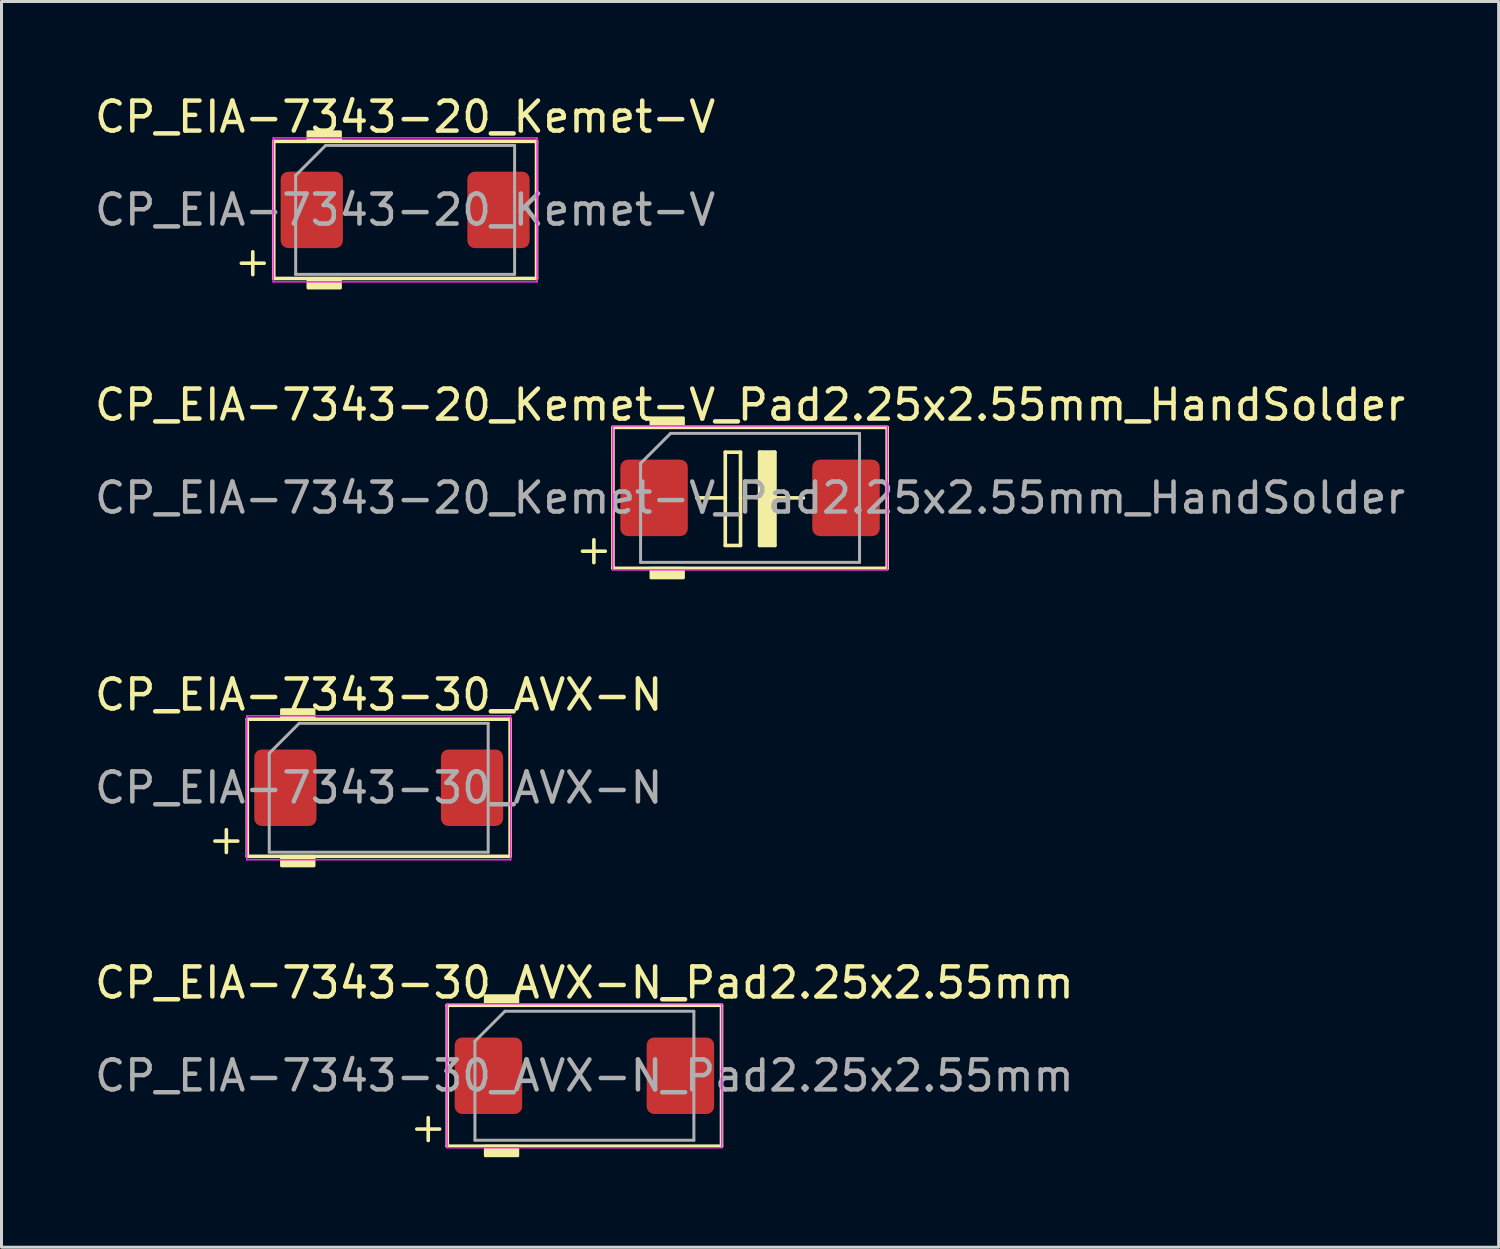
<source format=kicad_pcb>
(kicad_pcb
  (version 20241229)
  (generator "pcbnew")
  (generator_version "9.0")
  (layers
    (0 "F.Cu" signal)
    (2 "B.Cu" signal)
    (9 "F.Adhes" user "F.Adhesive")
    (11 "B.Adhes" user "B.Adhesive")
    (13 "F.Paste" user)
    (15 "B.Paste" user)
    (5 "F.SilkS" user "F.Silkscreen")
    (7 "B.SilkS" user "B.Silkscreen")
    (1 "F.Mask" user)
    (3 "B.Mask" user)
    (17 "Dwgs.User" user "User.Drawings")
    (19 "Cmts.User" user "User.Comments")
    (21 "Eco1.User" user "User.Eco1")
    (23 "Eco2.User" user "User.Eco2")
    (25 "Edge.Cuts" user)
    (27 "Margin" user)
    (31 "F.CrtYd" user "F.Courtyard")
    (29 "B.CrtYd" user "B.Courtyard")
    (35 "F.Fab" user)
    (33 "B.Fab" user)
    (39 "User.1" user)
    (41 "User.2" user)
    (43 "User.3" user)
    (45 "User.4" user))
  (footprint "CP_EIA-7343-30_AVX-N"
    (layer "F.Cu")
    (at 9.577 23.215)
    (property "Reference" "CP_EIA-7343-30_AVX-N" (at 0 -3.1 0) (layer "F.SilkS") (effects (font (size 1 1) (thickness 0.15))))
    (attr smd)
    (fp_line (start -5.461 1.778) (end -4.699 1.778) (stroke (width 0.12) (type solid)) (layer "F.SilkS"))
    (fp_line (start -5.08 1.397) (end -5.08 2.159) (stroke (width 0.12) (type solid)) (layer "F.SilkS"))
    (fp_line (start -4.381 -2.286) (end -4.381 2.286) (stroke (width 0.12) (type solid)) (layer "F.SilkS"))
    (fp_line (start -4.381 2.286) (end 4.381 2.286) (stroke (width 0.12) (type solid)) (layer "F.SilkS"))
    (fp_line (start 4.381 -2.286) (end -4.381 -2.286) (stroke (width 0.12) (type solid)) (layer "F.SilkS"))
    (fp_line (start 4.381 2.286) (end 4.381 -2.286) (stroke (width 0.12) (type solid)) (layer "F.SilkS"))
    (fp_poly (pts (xy -2.159 -2.286) (xy -3.239 -2.286) (xy -3.239 -2.603) (xy -2.159 -2.603)) (stroke (width 0.1) (type solid)) (fill yes) (layer "F.SilkS"))
    (fp_poly (pts (xy -2.159 2.603) (xy -3.239 2.603) (xy -3.239 2.286) (xy -2.159 2.286)) (stroke (width 0.1) (type solid)) (fill yes) (layer "F.SilkS"))
    (fp_line (start -4.4 -2.4) (end 4.4 -2.4) (stroke (width 0.05) (type solid)) (layer "F.CrtYd"))
    (fp_line (start -4.4 2.4) (end -4.4 -2.4) (stroke (width 0.05) (type solid)) (layer "F.CrtYd"))
    (fp_line (start 4.4 -2.4) (end 4.4 2.4) (stroke (width 0.05) (type solid)) (layer "F.CrtYd"))
    (fp_line (start 4.4 2.4) (end -4.4 2.4) (stroke (width 0.05) (type solid)) (layer "F.CrtYd"))
    (fp_line (start -3.65 -1.15) (end -3.65 2.15) (stroke (width 0.1) (type solid)) (layer "F.Fab"))
    (fp_line (start -3.65 2.15) (end 3.65 2.15) (stroke (width 0.1) (type solid)) (layer "F.Fab"))
    (fp_line (start -2.65 -2.15) (end -3.65 -1.15) (stroke (width 0.1) (type solid)) (layer "F.Fab"))
    (fp_line (start 3.65 -2.15) (end -2.65 -2.15) (stroke (width 0.1) (type solid)) (layer "F.Fab"))
    (fp_line (start 3.65 2.15) (end 3.65 -2.15) (stroke (width 0.1) (type solid)) (layer "F.Fab"))
    (fp_text user "${REFERENCE}" (at 0 0 0) (layer "F.Fab") (effects (font (size 1 1) (thickness 0.15))))
    (pad "1" smd roundrect (at -3.112 0) (size 2.075 2.55) (layers "F.Cu" "F.Mask" "F.Paste") (roundrect_rratio 0.12))
    (pad "2" smd roundrect (at 3.112 0) (size 2.075 2.55) (layers "F.Cu" "F.Mask" "F.Paste") (roundrect_rratio 0.12)))
  (footprint "CP_EIA-7343-20_Kemet-V_Pad2.25x2.55mm_HandSolder"
    (layer "F.Cu")
    (at 21.958 13.55)
    (property "Reference" "CP_EIA-7343-20_Kemet-V_Pad2.25x2.55mm_HandSolder" (at 0 -3.1 0) (layer "F.SilkS") (effects (font (size 1 1) (thickness 0.15))))
    (attr smd)
    (fp_line (start -5.588 1.778) (end -4.826 1.778) (stroke (width 0.12) (type solid)) (layer "F.SilkS"))
    (fp_line (start -5.207 1.397) (end -5.207 2.159) (stroke (width 0.12) (type solid)) (layer "F.SilkS"))
    (fp_line (start -4.572 -2.349) (end -4.572 2.349) (stroke (width 0.12) (type solid)) (layer "F.SilkS"))
    (fp_line (start -4.572 2.349) (end 4.572 2.349) (stroke (width 0.12) (type solid)) (layer "F.SilkS"))
    (fp_line (start -1.778 0) (end -0.826 0) (stroke (width 0.12) (type solid)) (layer "F.SilkS"))
    (fp_line (start -0.826 -1.524) (end -0.826 0) (stroke (width 0.12) (type solid)) (layer "F.SilkS"))
    (fp_line (start -0.826 1.587) (end -0.826 0) (stroke (width 0.12) (type solid)) (layer "F.SilkS"))
    (fp_line (start -0.826 1.587) (end -0.318 1.587) (stroke (width 0.12) (type solid)) (layer "F.SilkS"))
    (fp_line (start -0.318 -1.524) (end -0.826 -1.524) (stroke (width 0.12) (type solid)) (layer "F.SilkS"))
    (fp_line (start -0.318 -1.524) (end -0.318 0) (stroke (width 0.12) (type solid)) (layer "F.SilkS"))
    (fp_line (start -0.318 1.587) (end -0.318 0) (stroke (width 0.12) (type solid)) (layer "F.SilkS"))
    (fp_line (start 0.318 -1.524) (end 0.318 0) (stroke (width 0.12) (type solid)) (layer "F.SilkS"))
    (fp_line (start 0.318 1.587) (end 0.318 0) (stroke (width 0.12) (type solid)) (layer "F.SilkS"))
    (fp_line (start 0.318 1.587) (end 0.826 1.587) (stroke (width 0.12) (type solid)) (layer "F.SilkS"))
    (fp_line (start 0.826 -1.524) (end 0.318 -1.524) (stroke (width 0.12) (type solid)) (layer "F.SilkS"))
    (fp_line (start 0.826 -1.524) (end 0.826 0) (stroke (width 0.12) (type solid)) (layer "F.SilkS"))
    (fp_line (start 0.826 0) (end 1.778 0) (stroke (width 0.12) (type solid)) (layer "F.SilkS"))
    (fp_line (start 0.826 1.587) (end 0.826 0) (stroke (width 0.12) (type solid)) (layer "F.SilkS"))
    (fp_line (start 4.572 -2.349) (end -4.572 -2.349) (stroke (width 0.12) (type solid)) (layer "F.SilkS"))
    (fp_line (start 4.572 2.349) (end 4.572 -2.349) (stroke (width 0.12) (type solid)) (layer "F.SilkS"))
    (fp_poly (pts (xy -2.223 -2.349) (xy -3.302 -2.349) (xy -3.302 -2.667) (xy -2.223 -2.667)) (stroke (width 0.1) (type solid)) (fill yes) (layer "F.SilkS"))
    (fp_poly (pts (xy -2.223 2.667) (xy -3.302 2.667) (xy -3.302 2.349) (xy -2.223 2.349)) (stroke (width 0.1) (type solid)) (fill yes) (layer "F.SilkS"))
    (fp_poly (pts (xy 0.826 1.587) (xy 0.318 1.587) (xy 0.318 -1.524) (xy 0.826 -1.524)) (stroke (width 0.1) (type solid)) (fill yes) (layer "F.SilkS"))
    (fp_line (start -4.58 -2.4) (end 4.58 -2.4) (stroke (width 0.05) (type solid)) (layer "F.CrtYd"))
    (fp_line (start -4.58 2.4) (end -4.58 -2.4) (stroke (width 0.05) (type solid)) (layer "F.CrtYd"))
    (fp_line (start 4.58 -2.4) (end 4.58 2.4) (stroke (width 0.05) (type solid)) (layer "F.CrtYd"))
    (fp_line (start 4.58 2.4) (end -4.58 2.4) (stroke (width 0.05) (type solid)) (layer "F.CrtYd"))
    (fp_line (start -3.65 -1.15) (end -3.65 2.15) (stroke (width 0.1) (type solid)) (layer "F.Fab"))
    (fp_line (start -3.65 2.15) (end 3.65 2.15) (stroke (width 0.1) (type solid)) (layer "F.Fab"))
    (fp_line (start -2.65 -2.15) (end -3.65 -1.15) (stroke (width 0.1) (type solid)) (layer "F.Fab"))
    (fp_line (start 3.65 -2.15) (end -2.65 -2.15) (stroke (width 0.1) (type solid)) (layer "F.Fab"))
    (fp_line (start 3.65 2.15) (end 3.65 -2.15) (stroke (width 0.1) (type solid)) (layer "F.Fab"))
    (fp_text user "${REFERENCE}" (at 0 0 0) (layer "F.Fab") (effects (font (size 1 1) (thickness 0.15))))
    (pad "1" smd roundrect (at -3.2 0) (size 2.25 2.55) (layers "F.Cu" "F.Mask" "F.Paste") (roundrect_rratio 0.111))
    (pad "2" smd roundrect (at 3.2 0) (size 2.25 2.55) (layers "F.Cu" "F.Mask" "F.Paste") (roundrect_rratio 0.111)))
  (footprint "CP_EIA-7343-20_Kemet-V"
    (layer "F.Cu")
    (at 10.458 3.948)
    (property "Reference" "CP_EIA-7343-20_Kemet-V" (at 0 -3.1 0) (layer "F.SilkS") (effects (font (size 1 1) (thickness 0.15))))
    (attr smd)
    (fp_line (start -5.461 1.778) (end -4.699 1.778) (stroke (width 0.12) (type solid)) (layer "F.SilkS"))
    (fp_line (start -5.08 1.397) (end -5.08 2.159) (stroke (width 0.12) (type solid)) (layer "F.SilkS"))
    (fp_line (start -4.381 -2.286) (end -4.381 2.286) (stroke (width 0.12) (type solid)) (layer "F.SilkS"))
    (fp_line (start -4.381 2.286) (end 4.381 2.286) (stroke (width 0.12) (type solid)) (layer "F.SilkS"))
    (fp_line (start 4.381 -2.286) (end -4.381 -2.286) (stroke (width 0.12) (type solid)) (layer "F.SilkS"))
    (fp_line (start 4.381 2.286) (end 4.381 -2.286) (stroke (width 0.12) (type solid)) (layer "F.SilkS"))
    (fp_poly (pts (xy -2.159 -2.286) (xy -3.239 -2.286) (xy -3.239 -2.603) (xy -2.159 -2.603)) (stroke (width 0.1) (type solid)) (fill yes) (layer "F.SilkS"))
    (fp_poly (pts (xy -2.159 2.603) (xy -3.239 2.603) (xy -3.239 2.286) (xy -2.159 2.286)) (stroke (width 0.1) (type solid)) (fill yes) (layer "F.SilkS"))
    (fp_line (start -4.4 -2.4) (end 4.4 -2.4) (stroke (width 0.05) (type solid)) (layer "F.CrtYd"))
    (fp_line (start -4.4 2.4) (end -4.4 -2.4) (stroke (width 0.05) (type solid)) (layer "F.CrtYd"))
    (fp_line (start 4.4 -2.4) (end 4.4 2.4) (stroke (width 0.05) (type solid)) (layer "F.CrtYd"))
    (fp_line (start 4.4 2.4) (end -4.4 2.4) (stroke (width 0.05) (type solid)) (layer "F.CrtYd"))
    (fp_line (start -3.65 -1.15) (end -3.65 2.15) (stroke (width 0.1) (type solid)) (layer "F.Fab"))
    (fp_line (start -3.65 2.15) (end 3.65 2.15) (stroke (width 0.1) (type solid)) (layer "F.Fab"))
    (fp_line (start -2.65 -2.15) (end -3.65 -1.15) (stroke (width 0.1) (type solid)) (layer "F.Fab"))
    (fp_line (start 3.65 -2.15) (end -2.65 -2.15) (stroke (width 0.1) (type solid)) (layer "F.Fab"))
    (fp_line (start 3.65 2.15) (end 3.65 -2.15) (stroke (width 0.1) (type solid)) (layer "F.Fab"))
    (fp_text user "${REFERENCE}" (at 0 0 0) (layer "F.Fab") (effects (font (size 1 1) (thickness 0.15))))
    (pad "1" smd roundrect (at -3.112 0) (size 2.075 2.55) (layers "F.Cu" "F.Mask" "F.Paste") (roundrect_rratio 0.12))
    (pad "2" smd roundrect (at 3.112 0) (size 2.075 2.55) (layers "F.Cu" "F.Mask" "F.Paste") (roundrect_rratio 0.12)))
  (footprint "CP_EIA-7343-30_AVX-N_Pad2.25x2.55mm"
    (layer "F.Cu")
    (at 16.435 32.817)
    (property "Reference" "CP_EIA-7343-30_AVX-N_Pad2.25x2.55mm" (at 0 -3.1 0) (layer "F.SilkS") (effects (font (size 1 1) (thickness 0.15))))
    (attr smd)
    (fp_line (start -5.588 1.778) (end -4.826 1.778) (stroke (width 0.12) (type solid)) (layer "F.SilkS"))
    (fp_line (start -5.207 1.397) (end -5.207 2.159) (stroke (width 0.12) (type solid)) (layer "F.SilkS"))
    (fp_line (start -4.572 -2.349) (end -4.572 2.349) (stroke (width 0.12) (type solid)) (layer "F.SilkS"))
    (fp_line (start -4.572 2.349) (end 4.572 2.349) (stroke (width 0.12) (type solid)) (layer "F.SilkS"))
    (fp_line (start 4.572 -2.349) (end -4.572 -2.349) (stroke (width 0.12) (type solid)) (layer "F.SilkS"))
    (fp_line (start 4.572 2.349) (end 4.572 -2.349) (stroke (width 0.12) (type solid)) (layer "F.SilkS"))
    (fp_poly (pts (xy -2.223 -2.349) (xy -3.302 -2.349) (xy -3.302 -2.667) (xy -2.223 -2.667)) (stroke (width 0.1) (type solid)) (fill yes) (layer "F.SilkS"))
    (fp_poly (pts (xy -2.223 2.667) (xy -3.302 2.667) (xy -3.302 2.349) (xy -2.223 2.349)) (stroke (width 0.1) (type solid)) (fill yes) (layer "F.SilkS"))
    (fp_line (start -4.58 -2.4) (end 4.58 -2.4) (stroke (width 0.05) (type solid)) (layer "F.CrtYd"))
    (fp_line (start -4.58 2.4) (end -4.58 -2.4) (stroke (width 0.05) (type solid)) (layer "F.CrtYd"))
    (fp_line (start 4.58 -2.4) (end 4.58 2.4) (stroke (width 0.05) (type solid)) (layer "F.CrtYd"))
    (fp_line (start 4.58 2.4) (end -4.58 2.4) (stroke (width 0.05) (type solid)) (layer "F.CrtYd"))
    (fp_line (start -3.65 -1.15) (end -3.65 2.15) (stroke (width 0.1) (type solid)) (layer "F.Fab"))
    (fp_line (start -3.65 2.15) (end 3.65 2.15) (stroke (width 0.1) (type solid)) (layer "F.Fab"))
    (fp_line (start -2.65 -2.15) (end -3.65 -1.15) (stroke (width 0.1) (type solid)) (layer "F.Fab"))
    (fp_line (start 3.65 -2.15) (end -2.65 -2.15) (stroke (width 0.1) (type solid)) (layer "F.Fab"))
    (fp_line (start 3.65 2.15) (end 3.65 -2.15) (stroke (width 0.1) (type solid)) (layer "F.Fab"))
    (fp_text user "${REFERENCE}" (at 0 0 0) (layer "F.Fab") (effects (font (size 1 1) (thickness 0.15))))
    (pad "1" smd roundrect (at -3.2 0) (size 2.25 2.55) (layers "F.Cu" "F.Mask" "F.Paste") (roundrect_rratio 0.111))
    (pad "2" smd roundrect (at 3.2 0) (size 2.25 2.55) (layers "F.Cu" "F.Mask" "F.Paste") (roundrect_rratio 0.111)))
  (gr_rect
    (start -3 -3)
    (end 46.917 38.534)
    (stroke (width 0.1) (type default))
    (fill no)
    (layer "Edge.Cuts")))
</source>
